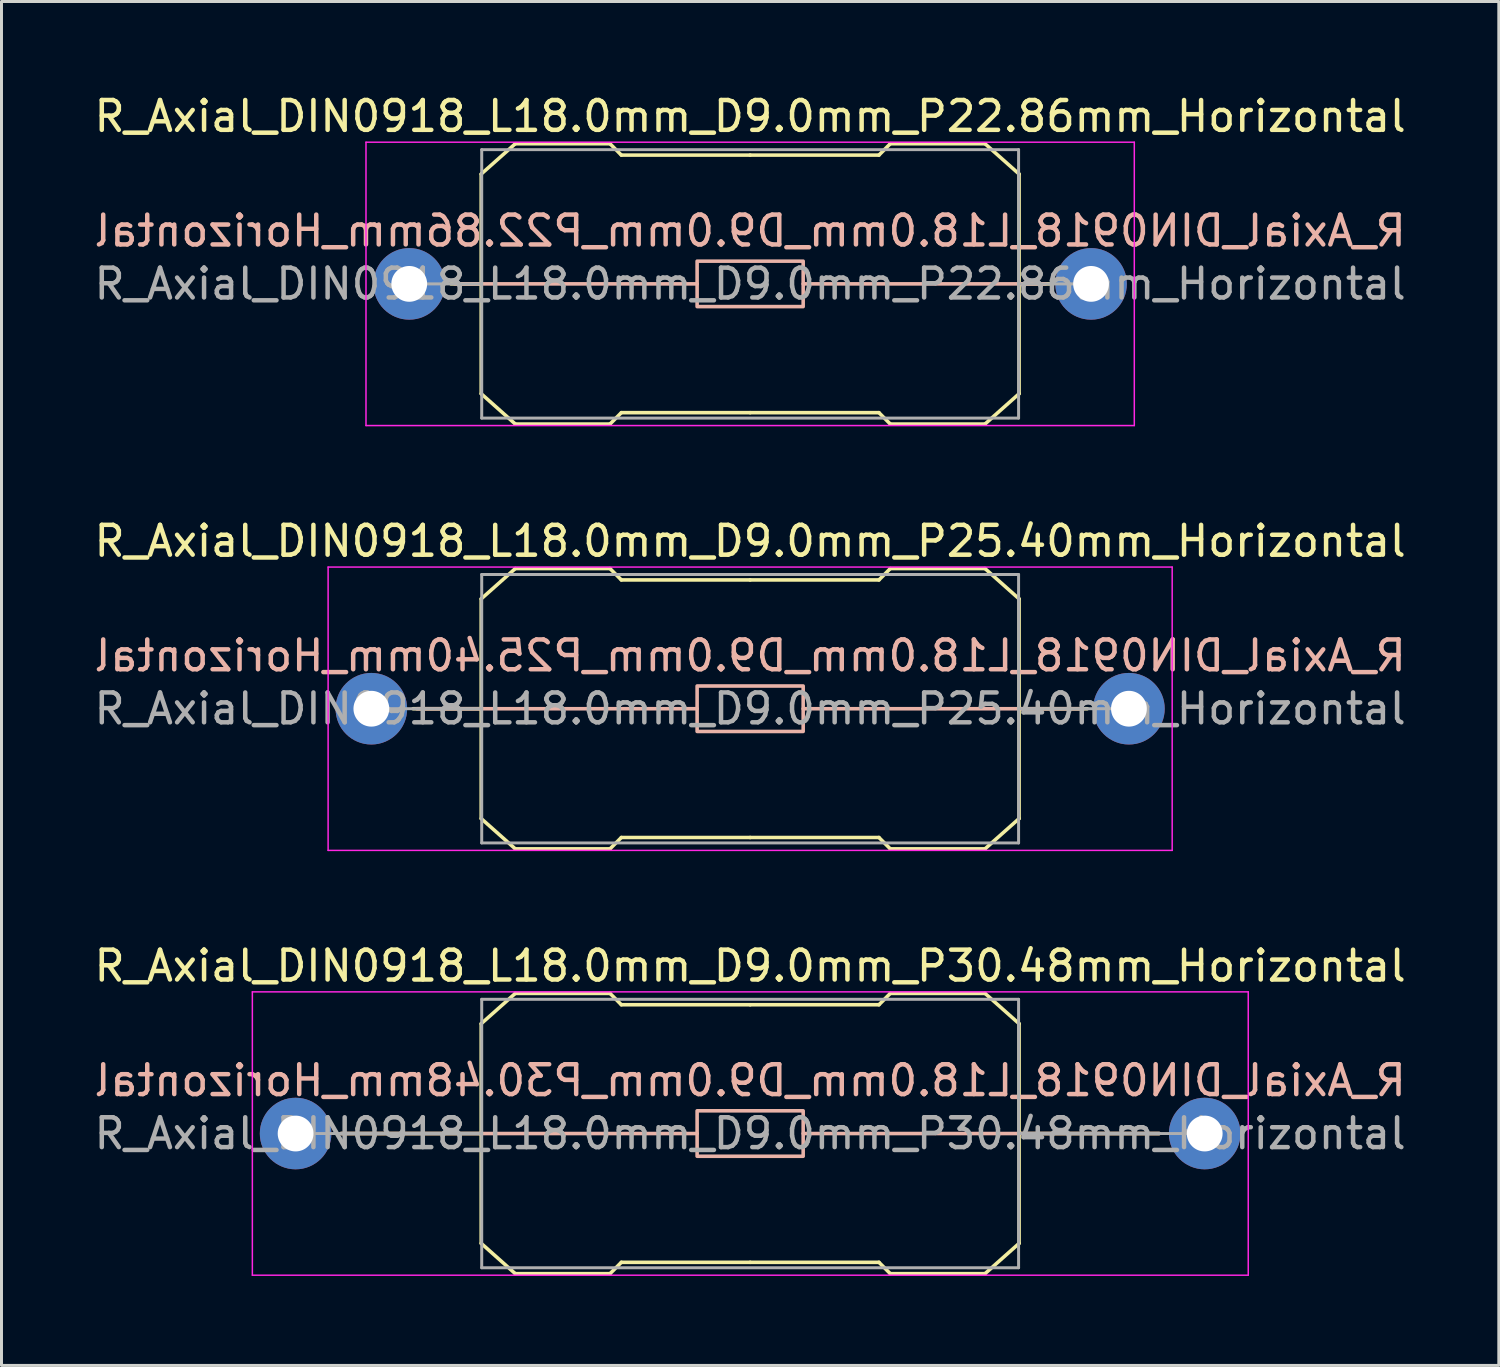
<source format=kicad_pcb>
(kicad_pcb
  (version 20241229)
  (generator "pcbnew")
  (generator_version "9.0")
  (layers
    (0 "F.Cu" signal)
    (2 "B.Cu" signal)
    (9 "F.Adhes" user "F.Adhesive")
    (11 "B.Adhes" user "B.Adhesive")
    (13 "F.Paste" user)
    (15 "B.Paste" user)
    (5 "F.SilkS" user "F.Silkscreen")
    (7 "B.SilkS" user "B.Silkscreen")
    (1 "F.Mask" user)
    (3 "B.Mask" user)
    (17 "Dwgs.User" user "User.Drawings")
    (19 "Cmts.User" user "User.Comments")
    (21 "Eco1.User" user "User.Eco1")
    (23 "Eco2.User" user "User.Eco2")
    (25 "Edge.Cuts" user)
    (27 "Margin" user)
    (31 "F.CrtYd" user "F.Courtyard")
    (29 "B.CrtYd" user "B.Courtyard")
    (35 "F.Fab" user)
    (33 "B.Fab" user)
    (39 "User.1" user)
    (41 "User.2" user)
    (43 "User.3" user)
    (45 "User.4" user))
  (footprint "R_Axial_DIN0918_L18.0mm_D9.0mm_P30.48mm_Horizontal"
    (layer "F.Cu")
    (at 6.861 34.955)
    (property "Reference" "R_Axial_DIN0918_L18.0mm_D9.0mm_P30.48mm_Horizontal" (at 15.24 -5.62 0) (layer "F.SilkS") (effects (font (size 1 1) (thickness 0.15))))
    (fp_line (start 6.223 -3.683) (end 6.223 3.683) (stroke (width 0.12) (type solid)) (layer "F.SilkS"))
    (fp_line (start 6.223 -3.683) (end 7.366 -4.699) (stroke (width 0.12) (type solid)) (layer "F.SilkS"))
    (fp_line (start 6.223 0) (end 1.524 0) (stroke (width 0.12) (type solid)) (layer "F.SilkS"))
    (fp_line (start 6.223 3.683) (end 7.366 4.699) (stroke (width 0.12) (type solid)) (layer "F.SilkS"))
    (fp_line (start 7.366 -4.699) (end 10.541 -4.699) (stroke (width 0.12) (type solid)) (layer "F.SilkS"))
    (fp_line (start 7.366 4.699) (end 10.541 4.699) (stroke (width 0.12) (type solid)) (layer "F.SilkS"))
    (fp_line (start 10.541 -4.699) (end 10.922 -4.318) (stroke (width 0.12) (type solid)) (layer "F.SilkS"))
    (fp_line (start 10.541 4.699) (end 10.922 4.318) (stroke (width 0.12) (type solid)) (layer "F.SilkS"))
    (fp_line (start 10.922 -4.318) (end 15.24 -4.318) (stroke (width 0.12) (type solid)) (layer "F.SilkS"))
    (fp_line (start 10.922 4.318) (end 15.24 4.318) (stroke (width 0.12) (type solid)) (layer "F.SilkS"))
    (fp_line (start 19.558 -4.318) (end 15.24 -4.318) (stroke (width 0.12) (type solid)) (layer "F.SilkS"))
    (fp_line (start 19.558 4.318) (end 15.24 4.318) (stroke (width 0.12) (type solid)) (layer "F.SilkS"))
    (fp_line (start 19.939 -4.699) (end 19.558 -4.318) (stroke (width 0.12) (type solid)) (layer "F.SilkS"))
    (fp_line (start 19.939 4.699) (end 19.558 4.318) (stroke (width 0.12) (type solid)) (layer "F.SilkS"))
    (fp_line (start 23.114 -4.699) (end 19.939 -4.699) (stroke (width 0.12) (type solid)) (layer "F.SilkS"))
    (fp_line (start 23.114 4.699) (end 19.939 4.699) (stroke (width 0.12) (type solid)) (layer "F.SilkS"))
    (fp_line (start 24.257 -3.683) (end 23.114 -4.699) (stroke (width 0.12) (type solid)) (layer "F.SilkS"))
    (fp_line (start 24.257 -3.683) (end 24.257 3.683) (stroke (width 0.12) (type solid)) (layer "F.SilkS"))
    (fp_line (start 24.257 0) (end 28.956 0) (stroke (width 0.12) (type solid)) (layer "F.SilkS"))
    (fp_line (start 24.257 3.683) (end 23.114 4.699) (stroke (width 0.12) (type solid)) (layer "F.SilkS"))
    (fp_line (start 13.462 0) (end 1.524 0) (stroke (width 0.12) (type solid)) (layer "B.SilkS"))
    (fp_line (start 17.018 0) (end 28.956 0) (stroke (width 0.12) (type solid)) (layer "B.SilkS"))
    (fp_rect (start 13.462 -0.762) (end 17.018 0.762) (stroke (width 0.12) (type solid)) (fill no) (layer "B.SilkS"))
    (fp_line (start -1.45 -4.75) (end -1.45 4.75) (stroke (width 0.05) (type solid)) (layer "F.CrtYd"))
    (fp_line (start -1.45 4.75) (end 31.94 4.75) (stroke (width 0.05) (type solid)) (layer "F.CrtYd"))
    (fp_line (start 31.94 -4.75) (end -1.45 -4.75) (stroke (width 0.05) (type solid)) (layer "F.CrtYd"))
    (fp_line (start 31.94 4.75) (end 31.94 -4.75) (stroke (width 0.05) (type solid)) (layer "F.CrtYd"))
    (fp_line (start 0 0) (end 6.24 0) (stroke (width 0.1) (type solid)) (layer "F.Fab"))
    (fp_line (start 6.24 -4.5) (end 6.24 4.5) (stroke (width 0.1) (type solid)) (layer "F.Fab"))
    (fp_line (start 6.24 4.5) (end 24.24 4.5) (stroke (width 0.1) (type solid)) (layer "F.Fab"))
    (fp_line (start 24.24 -4.5) (end 6.24 -4.5) (stroke (width 0.1) (type solid)) (layer "F.Fab"))
    (fp_line (start 24.24 4.5) (end 24.24 -4.5) (stroke (width 0.1) (type solid)) (layer "F.Fab"))
    (fp_line (start 30.48 0) (end 24.24 0) (stroke (width 0.1) (type solid)) (layer "F.Fab"))
    (fp_text user "${REFERENCE}" (at 15.24 -1.778 0) (layer "B.SilkS") (effects (font (size 1 1) (thickness 0.15)) (justify mirror)))
    (fp_text user "${REFERENCE}" (at 15.24 0 0) (layer "F.Fab") (effects (font (size 1 1) (thickness 0.15))))
    (pad "1" thru_hole circle (at 0 0) (size 2.4 2.4) (drill 1.2) (layers "*.Cu" "*.Mask"))
    (pad "2" thru_hole oval (at 30.48 0) (size 2.4 2.4) (drill 1.2) (layers "*.Cu" "*.Mask")))
  (footprint "R_Axial_DIN0918_L18.0mm_D9.0mm_P22.86mm_Horizontal"
    (layer "F.Cu")
    (at 10.671 6.468)
    (property "Reference" "R_Axial_DIN0918_L18.0mm_D9.0mm_P22.86mm_Horizontal" (at 11.43 -5.62 0) (layer "F.SilkS") (effects (font (size 1 1) (thickness 0.15))))
    (fp_line (start 2.413 -3.683) (end 2.413 3.683) (stroke (width 0.12) (type solid)) (layer "F.SilkS"))
    (fp_line (start 2.413 -3.683) (end 3.556 -4.699) (stroke (width 0.12) (type solid)) (layer "F.SilkS"))
    (fp_line (start 2.413 0) (end 1.397 0) (stroke (width 0.12) (type solid)) (layer "F.SilkS"))
    (fp_line (start 2.413 3.683) (end 3.556 4.699) (stroke (width 0.12) (type solid)) (layer "F.SilkS"))
    (fp_line (start 3.556 -4.699) (end 6.731 -4.699) (stroke (width 0.12) (type solid)) (layer "F.SilkS"))
    (fp_line (start 3.556 4.699) (end 6.731 4.699) (stroke (width 0.12) (type solid)) (layer "F.SilkS"))
    (fp_line (start 6.731 -4.699) (end 7.112 -4.318) (stroke (width 0.12) (type solid)) (layer "F.SilkS"))
    (fp_line (start 6.731 4.699) (end 7.112 4.318) (stroke (width 0.12) (type solid)) (layer "F.SilkS"))
    (fp_line (start 7.112 -4.318) (end 11.43 -4.318) (stroke (width 0.12) (type solid)) (layer "F.SilkS"))
    (fp_line (start 7.112 4.318) (end 11.43 4.318) (stroke (width 0.12) (type solid)) (layer "F.SilkS"))
    (fp_line (start 15.748 -4.318) (end 11.43 -4.318) (stroke (width 0.12) (type solid)) (layer "F.SilkS"))
    (fp_line (start 15.748 4.318) (end 11.43 4.318) (stroke (width 0.12) (type solid)) (layer "F.SilkS"))
    (fp_line (start 16.129 -4.699) (end 15.748 -4.318) (stroke (width 0.12) (type solid)) (layer "F.SilkS"))
    (fp_line (start 16.129 4.699) (end 15.748 4.318) (stroke (width 0.12) (type solid)) (layer "F.SilkS"))
    (fp_line (start 19.304 -4.699) (end 16.129 -4.699) (stroke (width 0.12) (type solid)) (layer "F.SilkS"))
    (fp_line (start 19.304 4.699) (end 16.129 4.699) (stroke (width 0.12) (type solid)) (layer "F.SilkS"))
    (fp_line (start 20.447 -3.683) (end 19.304 -4.699) (stroke (width 0.12) (type solid)) (layer "F.SilkS"))
    (fp_line (start 20.447 -3.683) (end 20.447 3.683) (stroke (width 0.12) (type solid)) (layer "F.SilkS"))
    (fp_line (start 20.447 0) (end 21.463 0) (stroke (width 0.12) (type solid)) (layer "F.SilkS"))
    (fp_line (start 20.447 3.683) (end 19.304 4.699) (stroke (width 0.12) (type solid)) (layer "F.SilkS"))
    (fp_line (start 9.652 0) (end 1.524 0) (stroke (width 0.12) (type solid)) (layer "B.SilkS"))
    (fp_line (start 13.208 0) (end 21.336 0) (stroke (width 0.12) (type solid)) (layer "B.SilkS"))
    (fp_rect (start 9.652 -0.762) (end 13.208 0.762) (stroke (width 0.12) (type solid)) (fill no) (layer "B.SilkS"))
    (fp_line (start -1.45 -4.75) (end -1.45 4.75) (stroke (width 0.05) (type solid)) (layer "F.CrtYd"))
    (fp_line (start -1.45 4.75) (end 24.31 4.75) (stroke (width 0.05) (type solid)) (layer "F.CrtYd"))
    (fp_line (start 24.31 -4.75) (end -1.45 -4.75) (stroke (width 0.05) (type solid)) (layer "F.CrtYd"))
    (fp_line (start 24.31 4.75) (end 24.31 -4.75) (stroke (width 0.05) (type solid)) (layer "F.CrtYd"))
    (fp_line (start 0 0) (end 2.43 0) (stroke (width 0.1) (type solid)) (layer "F.Fab"))
    (fp_line (start 2.43 -4.5) (end 2.43 4.5) (stroke (width 0.1) (type solid)) (layer "F.Fab"))
    (fp_line (start 2.43 4.5) (end 20.43 4.5) (stroke (width 0.1) (type solid)) (layer "F.Fab"))
    (fp_line (start 20.43 -4.5) (end 2.43 -4.5) (stroke (width 0.1) (type solid)) (layer "F.Fab"))
    (fp_line (start 20.43 4.5) (end 20.43 -4.5) (stroke (width 0.1) (type solid)) (layer "F.Fab"))
    (fp_line (start 22.86 0) (end 20.43 0) (stroke (width 0.1) (type solid)) (layer "F.Fab"))
    (fp_text user "${REFERENCE}" (at 11.43 -1.778 0) (layer "B.SilkS") (effects (font (size 1 1) (thickness 0.15)) (justify mirror)))
    (fp_text user "${REFERENCE}" (at 11.43 0 0) (layer "F.Fab") (effects (font (size 1 1) (thickness 0.15))))
    (pad "1" thru_hole circle (at 0 0) (size 2.4 2.4) (drill 1.2) (layers "*.Cu" "*.Mask"))
    (pad "2" thru_hole oval (at 22.86 0) (size 2.4 2.4) (drill 1.2) (layers "*.Cu" "*.Mask")))
  (footprint "R_Axial_DIN0918_L18.0mm_D9.0mm_P25.40mm_Horizontal"
    (layer "F.Cu")
    (at 9.401 20.712)
    (property "Reference" "R_Axial_DIN0918_L18.0mm_D9.0mm_P25.40mm_Horizontal" (at 12.7 -5.62 0) (layer "F.SilkS") (effects (font (size 1 1) (thickness 0.15))))
    (fp_line (start 3.683 -3.683) (end 3.683 3.683) (stroke (width 0.12) (type solid)) (layer "F.SilkS"))
    (fp_line (start 3.683 -3.683) (end 4.826 -4.699) (stroke (width 0.12) (type solid)) (layer "F.SilkS"))
    (fp_line (start 3.683 0) (end 1.397 0) (stroke (width 0.12) (type solid)) (layer "F.SilkS"))
    (fp_line (start 3.683 3.683) (end 4.826 4.699) (stroke (width 0.12) (type solid)) (layer "F.SilkS"))
    (fp_line (start 4.826 -4.699) (end 8.001 -4.699) (stroke (width 0.12) (type solid)) (layer "F.SilkS"))
    (fp_line (start 4.826 4.699) (end 8.001 4.699) (stroke (width 0.12) (type solid)) (layer "F.SilkS"))
    (fp_line (start 8.001 -4.699) (end 8.382 -4.318) (stroke (width 0.12) (type solid)) (layer "F.SilkS"))
    (fp_line (start 8.001 4.699) (end 8.382 4.318) (stroke (width 0.12) (type solid)) (layer "F.SilkS"))
    (fp_line (start 8.382 -4.318) (end 12.7 -4.318) (stroke (width 0.12) (type solid)) (layer "F.SilkS"))
    (fp_line (start 8.382 4.318) (end 12.7 4.318) (stroke (width 0.12) (type solid)) (layer "F.SilkS"))
    (fp_line (start 17.018 -4.318) (end 12.7 -4.318) (stroke (width 0.12) (type solid)) (layer "F.SilkS"))
    (fp_line (start 17.018 4.318) (end 12.7 4.318) (stroke (width 0.12) (type solid)) (layer "F.SilkS"))
    (fp_line (start 17.399 -4.699) (end 17.018 -4.318) (stroke (width 0.12) (type solid)) (layer "F.SilkS"))
    (fp_line (start 17.399 4.699) (end 17.018 4.318) (stroke (width 0.12) (type solid)) (layer "F.SilkS"))
    (fp_line (start 20.574 -4.699) (end 17.399 -4.699) (stroke (width 0.12) (type solid)) (layer "F.SilkS"))
    (fp_line (start 20.574 4.699) (end 17.399 4.699) (stroke (width 0.12) (type solid)) (layer "F.SilkS"))
    (fp_line (start 21.717 -3.683) (end 20.574 -4.699) (stroke (width 0.12) (type solid)) (layer "F.SilkS"))
    (fp_line (start 21.717 -3.683) (end 21.717 3.683) (stroke (width 0.12) (type solid)) (layer "F.SilkS"))
    (fp_line (start 21.717 0) (end 24.003 0) (stroke (width 0.12) (type solid)) (layer "F.SilkS"))
    (fp_line (start 21.717 3.683) (end 20.574 4.699) (stroke (width 0.12) (type solid)) (layer "F.SilkS"))
    (fp_line (start 10.922 0) (end 1.524 0) (stroke (width 0.12) (type solid)) (layer "B.SilkS"))
    (fp_line (start 14.478 0) (end 23.876 0) (stroke (width 0.12) (type solid)) (layer "B.SilkS"))
    (fp_rect (start 10.922 -0.762) (end 14.478 0.762) (stroke (width 0.12) (type solid)) (fill no) (layer "B.SilkS"))
    (fp_line (start -1.45 -4.75) (end -1.45 4.75) (stroke (width 0.05) (type solid)) (layer "F.CrtYd"))
    (fp_line (start -1.45 4.75) (end 26.85 4.75) (stroke (width 0.05) (type solid)) (layer "F.CrtYd"))
    (fp_line (start 26.85 -4.75) (end -1.45 -4.75) (stroke (width 0.05) (type solid)) (layer "F.CrtYd"))
    (fp_line (start 26.85 4.75) (end 26.85 -4.75) (stroke (width 0.05) (type solid)) (layer "F.CrtYd"))
    (fp_line (start 0 0) (end 3.7 0) (stroke (width 0.1) (type solid)) (layer "F.Fab"))
    (fp_line (start 3.7 -4.5) (end 3.7 4.5) (stroke (width 0.1) (type solid)) (layer "F.Fab"))
    (fp_line (start 3.7 4.5) (end 21.7 4.5) (stroke (width 0.1) (type solid)) (layer "F.Fab"))
    (fp_line (start 21.7 -4.5) (end 3.7 -4.5) (stroke (width 0.1) (type solid)) (layer "F.Fab"))
    (fp_line (start 21.7 4.5) (end 21.7 -4.5) (stroke (width 0.1) (type solid)) (layer "F.Fab"))
    (fp_line (start 25.4 0) (end 21.7 0) (stroke (width 0.1) (type solid)) (layer "F.Fab"))
    (fp_text user "${REFERENCE}" (at 12.7 -1.778 0) (layer "B.SilkS") (effects (font (size 1 1) (thickness 0.15)) (justify mirror)))
    (fp_text user "${REFERENCE}" (at 12.7 0 0) (layer "F.Fab") (effects (font (size 1 1) (thickness 0.15))))
    (pad "1" thru_hole circle (at 0 0) (size 2.4 2.4) (drill 1.2) (layers "*.Cu" "*.Mask"))
    (pad "2" thru_hole oval (at 25.4 0) (size 2.4 2.4) (drill 1.2) (layers "*.Cu" "*.Mask")))
  (gr_rect
    (start -3 -3)
    (end 47.202 42.73)
    (stroke (width 0.1) (type default))
    (fill no)
    (layer "Edge.Cuts")))
</source>
